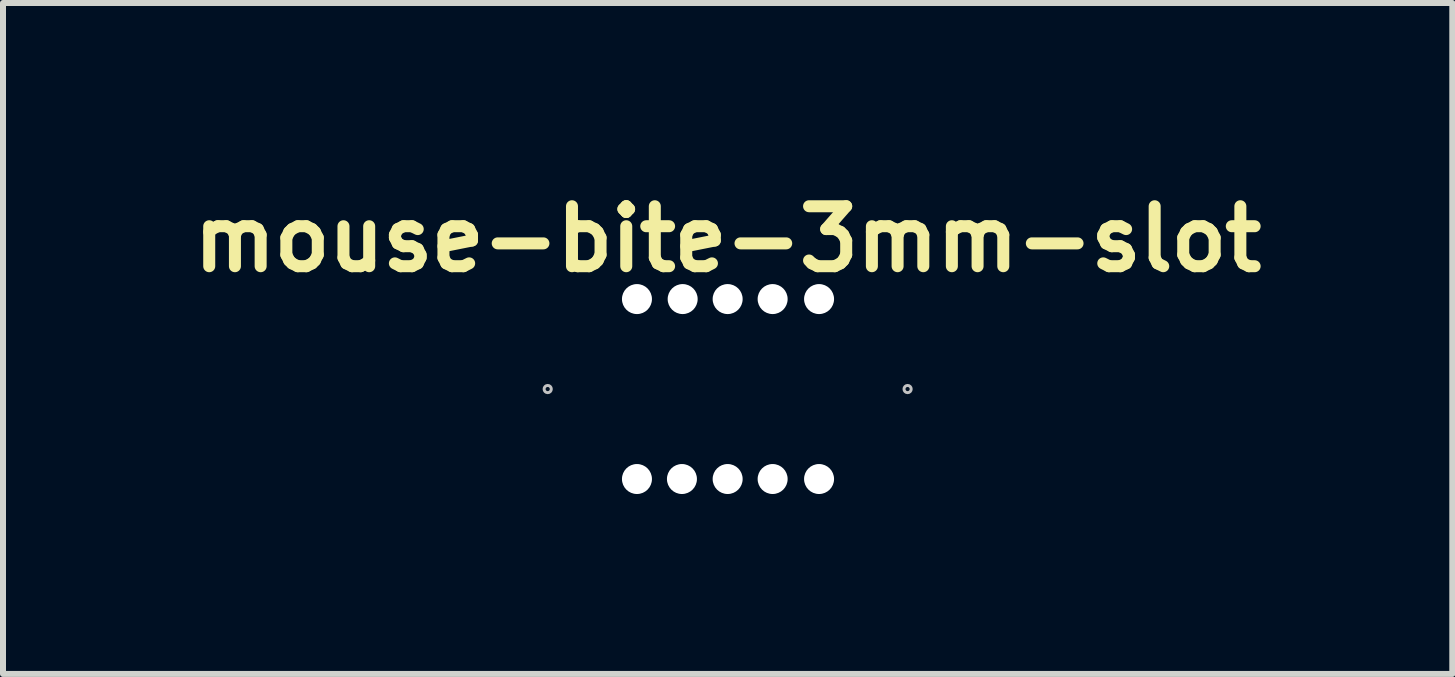
<source format=kicad_pcb>
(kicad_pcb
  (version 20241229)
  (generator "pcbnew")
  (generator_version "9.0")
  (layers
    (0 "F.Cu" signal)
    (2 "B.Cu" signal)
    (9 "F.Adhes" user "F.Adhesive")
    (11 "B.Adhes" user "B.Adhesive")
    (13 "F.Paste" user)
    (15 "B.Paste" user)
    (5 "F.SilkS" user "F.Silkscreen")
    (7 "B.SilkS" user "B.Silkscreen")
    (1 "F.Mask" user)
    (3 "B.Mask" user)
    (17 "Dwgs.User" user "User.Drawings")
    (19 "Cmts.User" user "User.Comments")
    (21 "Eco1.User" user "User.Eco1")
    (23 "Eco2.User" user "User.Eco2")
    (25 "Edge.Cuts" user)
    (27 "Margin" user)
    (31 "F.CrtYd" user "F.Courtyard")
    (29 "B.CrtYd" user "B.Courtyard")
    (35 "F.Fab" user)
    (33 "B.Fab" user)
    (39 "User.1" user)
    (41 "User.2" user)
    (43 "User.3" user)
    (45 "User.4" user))
  (footprint "mouse-bite-3mm-slot"
    (layer "F.Cu")
    (at 9.081 3.436)
    (property "Reference" "mouse-bite-3mm-slot" (at 0 -2.5 0) (layer "F.SilkS") (effects (font (size 1 1) (thickness 0.2))))
    (attr through_hole)
    (fp_circle (center -3 0) (end -3 -0.06) (stroke (width 0.05) (type solid)) (fill no) (layer "Dwgs.User"))
    (fp_circle (center 3 0) (end 3.06 0) (stroke (width 0.05) (type solid)) (fill no) (layer "Dwgs.User"))
    (fp_line (start -3 0) (end -3 0) (stroke (width 3) (type solid)) (layer "Eco1.User"))
    (fp_line (start 3 0) (end 3 0) (stroke (width 3) (type solid)) (layer "Eco1.User"))
    (pad "" np_thru_hole circle (at -1.512 -1.5) (size 0.5 0.5) (drill 0.5) (layers "*.Cu" "*.Mask"))
    (pad "" np_thru_hole circle (at -1.512 1.5) (size 0.5 0.5) (drill 0.5) (layers "*.Cu" "*.Mask"))
    (pad "" np_thru_hole circle (at -0.762 1.5) (size 0.5 0.5) (drill 0.5) (layers "*.Cu" "*.Mask"))
    (pad "" np_thru_hole circle (at -0.75 -1.5) (size 0.5 0.5) (drill 0.5) (layers "*.Cu" "*.Mask"))
    (pad "" np_thru_hole circle (at 0 -1.5) (size 0.5 0.5) (drill 0.5) (layers "*.Cu" "*.Mask"))
    (pad "" np_thru_hole circle (at 0 1.5) (size 0.5 0.5) (drill 0.5) (layers "*.Cu" "*.Mask"))
    (pad "" np_thru_hole circle (at 0.75 -1.5) (size 0.5 0.5) (drill 0.5) (layers "*.Cu" "*.Mask"))
    (pad "" np_thru_hole circle (at 0.75 1.5) (size 0.5 0.5) (drill 0.5) (layers "*.Cu" "*.Mask"))
    (pad "" np_thru_hole circle (at 1.524 -1.5) (size 0.5 0.5) (drill 0.5) (layers "*.Cu" "*.Mask"))
    (pad "" np_thru_hole circle (at 1.524 1.5) (size 0.5 0.5) (drill 0.5) (layers "*.Cu" "*.Mask")))
  (gr_rect
    (start -3 -3)
    (end 21.162 8.186)
    (stroke (width 0.1) (type default))
    (fill no)
    (layer "Edge.Cuts")))
</source>
